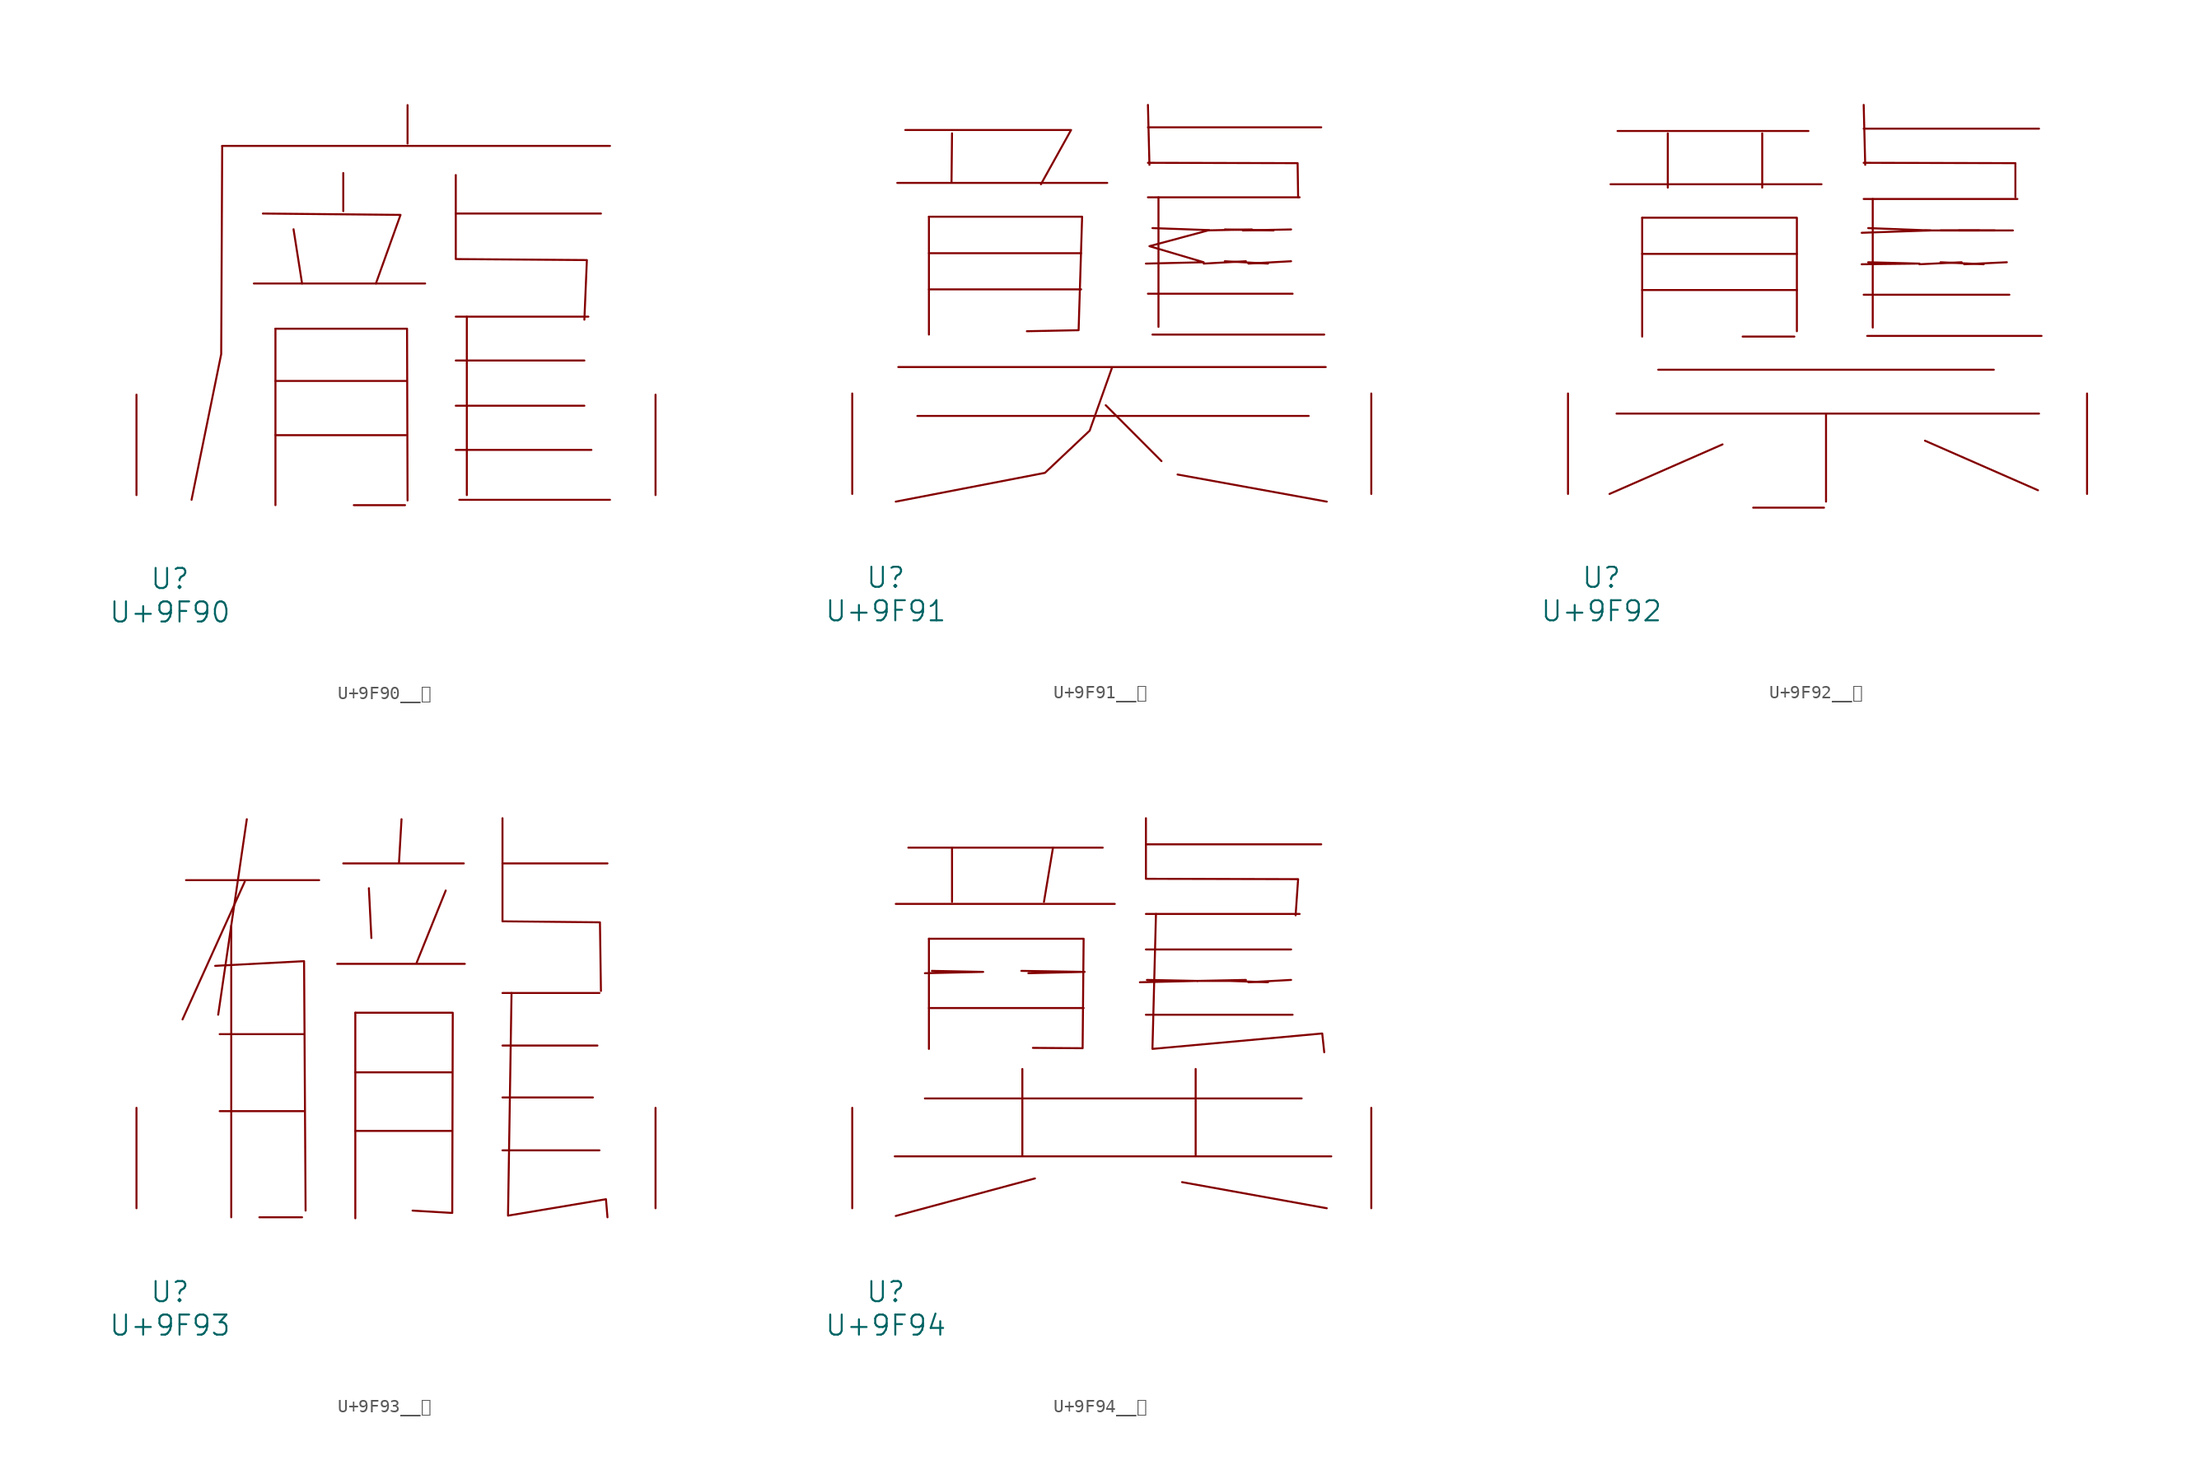
<source format=kicad_sym>
(kicad_symbol_lib
  (version 20231120)
  (generator "kicad_symbol_editor")
  (generator_version "8.0")
  (symbol "U+9F90__龐"
    (pin_names
      (offset 1.016))
    (property "Reference" "U"
      (at 0 -6.35 0)
      (effects (font (size 1.524 1.524))))
    (property "Value" "U+9F90"
      (at 0 -8.89 0)
      (effects (font (size 1.524 1.524))))
    (symbol "U+9F90__龐_0_1"
      (polyline (pts (xy 3.962 26.492) (xy 33.376 26.492)) (stroke (width 0) (type solid)) (fill (type none)))
      (polyline (pts (xy 6.363 16.053) (xy 19.355 16.053)) (stroke (width 0) (type solid)) (fill (type none)))
      (polyline (pts (xy 8.001 4.547) (xy 17.907 4.547)) (stroke (width 0) (type solid)) (fill (type none)))
      (polyline (pts (xy 8.001 8.661) (xy 17.907 8.661)) (stroke (width 0) (type solid)) (fill (type none)))
      (polyline (pts (xy 8.001 12.624) (xy 8.001 -0.762)) (stroke (width 0) (type solid)) (fill (type none)))
      (polyline (pts (xy 9.373 20.168) (xy 10.02 16.053)) (stroke (width 0) (type solid)) (fill (type none)))
      (polyline (pts (xy 13.145 24.435) (xy 13.145 21.539)) (stroke (width 0) (type solid)) (fill (type none)))
      (polyline (pts (xy 13.945 -0.762) (xy 17.831 -0.762)) (stroke (width 0) (type solid)) (fill (type none)))
      (polyline (pts (xy 18.021 29.591) (xy 18.021 26.67)) (stroke (width 0) (type solid)) (fill (type none)))
      (polyline (pts (xy 21.679 3.429) (xy 31.966 3.429)) (stroke (width 0) (type solid)) (fill (type none)))
      (polyline (pts (xy 21.679 6.782) (xy 31.433 6.782)) (stroke (width 0) (type solid)) (fill (type none)))
      (polyline (pts (xy 21.679 10.211) (xy 31.433 10.211)) (stroke (width 0) (type solid)) (fill (type none)))
      (polyline (pts (xy 21.679 13.538) (xy 31.737 13.538)) (stroke (width 0) (type solid)) (fill (type none)))
      (polyline (pts (xy 21.679 21.361) (xy 32.69 21.361)) (stroke (width 0) (type solid)) (fill (type none)))
      (polyline (pts (xy 21.946 -0.356) (xy 33.376 -0.356)) (stroke (width 0) (type solid)) (fill (type none)))
      (polyline (pts (xy 22.517 13.538) (xy 22.517 0)) (stroke (width 0) (type solid)) (fill (type none)))
      (polyline (pts (xy 3.962 26.492) (xy 3.886 10.693) (xy 1.638 -0.356)) (stroke (width 0) (type solid)) (fill (type none)))
      (polyline (pts (xy 7.048 21.361) (xy 17.488 21.26) (xy 15.621 16.053)) (stroke (width 0) (type solid)) (fill (type none)))
      (polyline (pts (xy 8.001 12.624) (xy 17.983 12.624) (xy 18.021 -0.406)) (stroke (width 0) (type solid)) (fill (type none)))
      (polyline (pts (xy 21.679 24.282) (xy 21.679 17.907) (xy 31.623 17.831) (xy 31.433 13.31)) (stroke (width 0) (type solid)) (fill (type none)))
      (pin input line (at -2.54 0 90) (length 7.62) (name "~" (effects (font (size 1.27 1.27)))) (number "~" (effects (font (size 1.27 1.27)))))
      (pin input line (at 36.83 0 90) (length 7.62) (name "~" (effects (font (size 1.27 1.27)))) (number "~" (effects (font (size 1.27 1.27)))))))
  (symbol "U+9F91__龑"
    (pin_names
      (offset 1.016))
    (property "Reference" "U"
      (at 0 -6.35 0)
      (effects (font (size 1.524 1.524))))
    (property "Value" "U+9F91"
      (at 0 -8.89 0)
      (effects (font (size 1.524 1.524))))
    (symbol "U+9F91__龑_0_1"
      (polyline (pts (xy 0.876 23.597) (xy 16.802 23.597)) (stroke (width 0) (type solid)) (fill (type none)))
      (polyline (pts (xy 0.953 9.627) (xy 33.376 9.627)) (stroke (width 0) (type solid)) (fill (type none)))
      (polyline (pts (xy 2.4 5.918) (xy 32.08 5.918)) (stroke (width 0) (type solid)) (fill (type none)))
      (polyline (pts (xy 3.277 15.519) (xy 14.821 15.519)) (stroke (width 0) (type solid)) (fill (type none)))
      (polyline (pts (xy 3.277 18.263) (xy 14.821 18.263)) (stroke (width 0) (type solid)) (fill (type none)))
      (polyline (pts (xy 3.277 21.031) (xy 3.277 12.09)) (stroke (width 0) (type solid)) (fill (type none)))
      (polyline (pts (xy 5.029 27.356) (xy 4.991 23.647)) (stroke (width 0) (type solid)) (fill (type none)))
      (polyline (pts (xy 16.688 6.731) (xy 20.917 2.489)) (stroke (width 0) (type solid)) (fill (type none)))
      (polyline (pts (xy 19.888 15.189) (xy 30.861 15.189)) (stroke (width 0) (type solid)) (fill (type none)))
      (polyline (pts (xy 19.888 22.504) (xy 31.394 22.504)) (stroke (width 0) (type solid)) (fill (type none)))
      (polyline (pts (xy 19.888 27.813) (xy 33.033 27.813)) (stroke (width 0) (type solid)) (fill (type none)))
      (polyline (pts (xy 19.888 29.515) (xy 20.003 24.968)) (stroke (width 0) (type solid)) (fill (type none)))
      (polyline (pts (xy 20.231 12.09) (xy 33.261 12.09)) (stroke (width 0) (type solid)) (fill (type none)))
      (polyline (pts (xy 20.688 22.504) (xy 20.688 12.675)) (stroke (width 0) (type solid)) (fill (type none)))
      (polyline (pts (xy 22.136 1.473) (xy 33.452 -0.584)) (stroke (width 0) (type solid)) (fill (type none)))
      (polyline (pts (xy 24.117 17.475) (xy 27.318 17.653)) (stroke (width 0) (type solid)) (fill (type none)))
      (polyline (pts (xy 24.117 19.99) (xy 27.775 20.066)) (stroke (width 0) (type solid)) (fill (type none)))
      (polyline (pts (xy 27.089 19.99) (xy 30.747 20.066)) (stroke (width 0) (type solid)) (fill (type none)))
      (polyline (pts (xy 27.508 17.475) (xy 30.747 17.653)) (stroke (width 0) (type solid)) (fill (type none)))
      (polyline (pts (xy 28.994 17.475) (xy 25.718 17.653)) (stroke (width 0) (type solid)) (fill (type none)))
      (polyline (pts (xy 29.413 19.99) (xy 25.718 20.066)) (stroke (width 0) (type solid)) (fill (type none)))
      (polyline (pts (xy 1.486 27.61) (xy 14.059 27.61) (xy 11.773 23.495)) (stroke (width 0) (type solid)) (fill (type none)))
      (polyline (pts (xy 19.888 25.121) (xy 31.242 25.095) (xy 31.28 22.504)) (stroke (width 0) (type solid)) (fill (type none)))
      (polyline (pts (xy 3.277 21.031) (xy 14.897 21.031) (xy 14.63 12.421) (xy 10.706 12.344)) (stroke (width 0) (type solid)) (fill (type none)))
      (polyline (pts (xy 17.145 9.525) (xy 15.469 4.801) (xy 12.078 1.6) (xy 0.762 -0.584)) (stroke (width 0) (type solid)) (fill (type none)))
      (polyline (pts (xy 20.231 20.168) (xy 24.536 20.015) (xy 20.003 18.796) (xy 24.117 17.577) (xy 19.736 17.475)) (stroke (width 0) (type solid)) (fill (type none)))
      (pin input line (at -2.54 0 90) (length 7.62) (name "~" (effects (font (size 1.27 1.27)))) (number "~" (effects (font (size 1.27 1.27)))))
      (pin input line (at 36.83 0 90) (length 7.62) (name "~" (effects (font (size 1.27 1.27)))) (number "~" (effects (font (size 1.27 1.27)))))))
  (symbol "U+9F92__龒"
    (pin_names
      (offset 1.016))
    (property "Reference" "U"
      (at 0 -6.35 0)
      (effects (font (size 1.524 1.524))))
    (property "Value" "U+9F92"
      (at 0 -8.89 0)
      (effects (font (size 1.524 1.524))))
    (symbol "U+9F92__龒_0_1"
      (polyline (pts (xy 0.686 23.495) (xy 16.688 23.495)) (stroke (width 0) (type solid)) (fill (type none)))
      (polyline (pts (xy 1.143 6.096) (xy 33.185 6.096)) (stroke (width 0) (type solid)) (fill (type none)))
      (polyline (pts (xy 1.219 27.534) (xy 15.697 27.534)) (stroke (width 0) (type solid)) (fill (type none)))
      (polyline (pts (xy 3.086 15.469) (xy 14.821 15.469)) (stroke (width 0) (type solid)) (fill (type none)))
      (polyline (pts (xy 3.086 18.212) (xy 14.821 18.212)) (stroke (width 0) (type solid)) (fill (type none)))
      (polyline (pts (xy 3.086 20.955) (xy 3.086 11.938)) (stroke (width 0) (type solid)) (fill (type none)))
      (polyline (pts (xy 4.305 9.423) (xy 29.756 9.423)) (stroke (width 0) (type solid)) (fill (type none)))
      (polyline (pts (xy 5.029 27.356) (xy 5.029 23.241)) (stroke (width 0) (type solid)) (fill (type none)))
      (polyline (pts (xy 9.182 3.759) (xy 0.61 0)) (stroke (width 0) (type solid)) (fill (type none)))
      (polyline (pts (xy 10.706 11.938) (xy 14.63 11.938)) (stroke (width 0) (type solid)) (fill (type none)))
      (polyline (pts (xy 11.506 -1.041) (xy 16.878 -1.041)) (stroke (width 0) (type solid)) (fill (type none)))
      (polyline (pts (xy 12.192 27.356) (xy 12.192 23.241)) (stroke (width 0) (type solid)) (fill (type none)))
      (polyline (pts (xy 17.031 6.096) (xy 17.031 -0.584)) (stroke (width 0) (type solid)) (fill (type none)))
      (polyline (pts (xy 19.888 15.113) (xy 30.937 15.113)) (stroke (width 0) (type solid)) (fill (type none)))
      (polyline (pts (xy 19.888 22.377) (xy 31.547 22.377)) (stroke (width 0) (type solid)) (fill (type none)))
      (polyline (pts (xy 19.888 27.711) (xy 33.185 27.711)) (stroke (width 0) (type solid)) (fill (type none)))
      (polyline (pts (xy 19.888 29.515) (xy 20.003 24.968)) (stroke (width 0) (type solid)) (fill (type none)))
      (polyline (pts (xy 20.155 11.989) (xy 33.376 11.989)) (stroke (width 0) (type solid)) (fill (type none)))
      (polyline (pts (xy 20.574 22.377) (xy 20.574 12.624)) (stroke (width 0) (type solid)) (fill (type none)))
      (polyline (pts (xy 24.117 17.424) (xy 27.318 17.577)) (stroke (width 0) (type solid)) (fill (type none)))
      (polyline (pts (xy 24.536 4.039) (xy 33.109 0.279)) (stroke (width 0) (type solid)) (fill (type none)))
      (polyline (pts (xy 24.536 19.99) (xy 28.651 19.99)) (stroke (width 0) (type solid)) (fill (type none)))
      (polyline (pts (xy 27.089 19.99) (xy 31.204 19.99)) (stroke (width 0) (type solid)) (fill (type none)))
      (polyline (pts (xy 27.508 17.424) (xy 30.747 17.577)) (stroke (width 0) (type solid)) (fill (type none)))
      (polyline (pts (xy 28.994 17.424) (xy 25.718 17.577)) (stroke (width 0) (type solid)) (fill (type none)))
      (polyline (pts (xy 29.832 19.99) (xy 25.718 19.99)) (stroke (width 0) (type solid)) (fill (type none)))
      (polyline (pts (xy 3.086 20.955) (xy 14.821 20.955) (xy 14.821 12.344)) (stroke (width 0) (type solid)) (fill (type none)))
      (polyline (pts (xy 19.888 25.121) (xy 31.394 25.095) (xy 31.394 22.504)) (stroke (width 0) (type solid)) (fill (type none)))
      (polyline (pts (xy 20.231 17.577) (xy 24.117 17.475) (xy 19.736 17.424)) (stroke (width 0) (type solid)) (fill (type none)))
      (polyline (pts (xy 20.231 20.168) (xy 24.956 19.99) (xy 19.736 19.812)) (stroke (width 0) (type solid)) (fill (type none)))
      (pin input line (at -2.54 0 90) (length 7.62) (name "~" (effects (font (size 1.27 1.27)))) (number "~" (effects (font (size 1.27 1.27)))))
      (pin input line (at 36.83 0 90) (length 7.62) (name "~" (effects (font (size 1.27 1.27)))) (number "~" (effects (font (size 1.27 1.27)))))))
  (symbol "U+9F93__龓"
    (pin_names
      (offset 1.016))
    (property "Reference" "U"
      (at 0 -6.35 0)
      (effects (font (size 1.524 1.524))))
    (property "Value" "U+9F93"
      (at 0 -8.89 0)
      (effects (font (size 1.524 1.524))))
    (symbol "U+9F93__龓_0_1"
      (polyline (pts (xy 1.219 24.892) (xy 11.316 24.892)) (stroke (width 0) (type solid)) (fill (type none)))
      (polyline (pts (xy 3.772 7.366) (xy 10.135 7.366)) (stroke (width 0) (type solid)) (fill (type none)))
      (polyline (pts (xy 3.772 13.208) (xy 10.135 13.208)) (stroke (width 0) (type solid)) (fill (type none)))
      (polyline (pts (xy 4.648 21.438) (xy 4.648 -0.686)) (stroke (width 0) (type solid)) (fill (type none)))
      (polyline (pts (xy 5.677 24.79) (xy 0.953 14.326)) (stroke (width 0) (type solid)) (fill (type none)))
      (polyline (pts (xy 5.829 29.515) (xy 3.658 14.681)) (stroke (width 0) (type solid)) (fill (type none)))
      (polyline (pts (xy 6.782 -0.686) (xy 10.02 -0.686)) (stroke (width 0) (type solid)) (fill (type none)))
      (polyline (pts (xy 12.687 18.542) (xy 22.365 18.542)) (stroke (width 0) (type solid)) (fill (type none)))
      (polyline (pts (xy 13.145 26.162) (xy 22.288 26.162)) (stroke (width 0) (type solid)) (fill (type none)))
      (polyline (pts (xy 14.059 5.867) (xy 21.374 5.867)) (stroke (width 0) (type solid)) (fill (type none)))
      (polyline (pts (xy 14.059 10.312) (xy 21.374 10.312)) (stroke (width 0) (type solid)) (fill (type none)))
      (polyline (pts (xy 14.059 14.834) (xy 14.059 -0.762)) (stroke (width 0) (type solid)) (fill (type none)))
      (polyline (pts (xy 15.088 24.282) (xy 15.278 20.498)) (stroke (width 0) (type solid)) (fill (type none)))
      (polyline (pts (xy 17.564 29.515) (xy 17.374 26.238)) (stroke (width 0) (type solid)) (fill (type none)))
      (polyline (pts (xy 20.917 24.105) (xy 18.707 18.618)) (stroke (width 0) (type solid)) (fill (type none)))
      (polyline (pts (xy 25.222 4.394) (xy 32.575 4.394)) (stroke (width 0) (type solid)) (fill (type none)))
      (polyline (pts (xy 25.222 8.407) (xy 32.08 8.407)) (stroke (width 0) (type solid)) (fill (type none)))
      (polyline (pts (xy 25.222 12.344) (xy 32.423 12.344)) (stroke (width 0) (type solid)) (fill (type none)))
      (polyline (pts (xy 25.222 16.332) (xy 32.575 16.332)) (stroke (width 0) (type solid)) (fill (type none)))
      (polyline (pts (xy 25.222 26.162) (xy 33.185 26.162)) (stroke (width 0) (type solid)) (fill (type none)))
      (polyline (pts (xy 3.429 18.39) (xy 10.173 18.745) (xy 10.287 -0.178)) (stroke (width 0) (type solid)) (fill (type none)))
      (polyline (pts (xy 14.059 14.834) (xy 21.45 14.834) (xy 21.412 -0.356) (xy 18.402 -0.178)) (stroke (width 0) (type solid)) (fill (type none)))
      (polyline (pts (xy 25.222 29.591) (xy 25.222 21.768) (xy 32.614 21.692) (xy 32.69 16.485)) (stroke (width 0) (type solid)) (fill (type none)))
      (polyline (pts (xy 25.908 16.332) (xy 25.641 -0.559) (xy 33.071 0.686) (xy 33.185 -0.686)) (stroke (width 0) (type solid)) (fill (type none)))
      (pin input line (at -2.54 0 90) (length 7.62) (name "~" (effects (font (size 1.27 1.27)))) (number "~" (effects (font (size 1.27 1.27)))))
      (pin input line (at 36.83 0 90) (length 7.62) (name "~" (effects (font (size 1.27 1.27)))) (number "~" (effects (font (size 1.27 1.27)))))))
  (symbol "U+9F94__龔"
    (pin_names
      (offset 1.016))
    (property "Reference" "U"
      (at 0 -6.35 0)
      (effects (font (size 1.524 1.524))))
    (property "Value" "U+9F94"
      (at 0 -8.89 0)
      (effects (font (size 1.524 1.524))))
    (symbol "U+9F94__龔_0_1"
      (polyline (pts (xy 0.686 3.937) (xy 33.795 3.937)) (stroke (width 0) (type solid)) (fill (type none)))
      (polyline (pts (xy 0.762 23.089) (xy 17.374 23.089)) (stroke (width 0) (type solid)) (fill (type none)))
      (polyline (pts (xy 1.714 27.356) (xy 16.459 27.356)) (stroke (width 0) (type solid)) (fill (type none)))
      (polyline (pts (xy 2.972 8.331) (xy 31.547 8.331)) (stroke (width 0) (type solid)) (fill (type none)))
      (polyline (pts (xy 3.277 15.189) (xy 15.011 15.189)) (stroke (width 0) (type solid)) (fill (type none)))
      (polyline (pts (xy 3.277 20.447) (xy 3.277 12.09)) (stroke (width 0) (type solid)) (fill (type none)))
      (polyline (pts (xy 5.029 27.356) (xy 5.029 23.241)) (stroke (width 0) (type solid)) (fill (type none)))
      (polyline (pts (xy 10.363 10.566) (xy 10.363 4.039)) (stroke (width 0) (type solid)) (fill (type none)))
      (polyline (pts (xy 11.316 2.261) (xy 0.762 -0.584)) (stroke (width 0) (type solid)) (fill (type none)))
      (polyline (pts (xy 12.687 27.356) (xy 12.002 23.241)) (stroke (width 0) (type solid)) (fill (type none)))
      (polyline (pts (xy 19.736 14.681) (xy 30.861 14.681)) (stroke (width 0) (type solid)) (fill (type none)))
      (polyline (pts (xy 19.736 19.634) (xy 30.747 19.634)) (stroke (width 0) (type solid)) (fill (type none)))
      (polyline (pts (xy 19.736 22.327) (xy 31.394 22.327)) (stroke (width 0) (type solid)) (fill (type none)))
      (polyline (pts (xy 19.736 27.61) (xy 33.033 27.61)) (stroke (width 0) (type solid)) (fill (type none)))
      (polyline (pts (xy 22.479 1.981) (xy 33.452 0)) (stroke (width 0) (type solid)) (fill (type none)))
      (polyline (pts (xy 23.508 10.566) (xy 23.508 4.039)) (stroke (width 0) (type solid)) (fill (type none)))
      (polyline (pts (xy 27.508 17.145) (xy 30.747 17.323)) (stroke (width 0) (type solid)) (fill (type none)))
      (polyline (pts (xy 3.505 18.009) (xy 7.391 17.932) (xy 2.972 17.831)) (stroke (width 0) (type solid)) (fill (type none)))
      (polyline (pts (xy 10.82 17.831) (xy 15.088 17.932) (xy 10.287 18.009)) (stroke (width 0) (type solid)) (fill (type none)))
      (polyline (pts (xy 19.812 17.323) (xy 23.66 17.247) (xy 19.279 17.145)) (stroke (width 0) (type solid)) (fill (type none)))
      (polyline (pts (xy 3.277 20.447) (xy 15.011 20.447) (xy 14.935 12.141) (xy 11.163 12.167)) (stroke (width 0) (type solid)) (fill (type none)))
      (polyline (pts (xy 19.736 29.591) (xy 19.736 24.994) (xy 31.28 24.968) (xy 31.09 22.225)) (stroke (width 0) (type solid)) (fill (type none)))
      (polyline (pts (xy 20.498 22.327) (xy 20.231 12.09) (xy 33.109 13.259) (xy 33.261 11.836)) (stroke (width 0) (type solid)) (fill (type none)))
      (polyline (pts (xy 28.994 17.145) (xy 26.06 17.247) (xy 23.622 17.247) (xy 27.318 17.323)) (stroke (width 0) (type solid)) (fill (type none)))
      (pin input line (at -2.54 0 90) (length 7.62) (name "~" (effects (font (size 1.27 1.27)))) (number "~" (effects (font (size 1.27 1.27)))))
      (pin input line (at 36.83 0 90) (length 7.62) (name "~" (effects (font (size 1.27 1.27)))) (number "~" (effects (font (size 1.27 1.27))))))))
</source>
